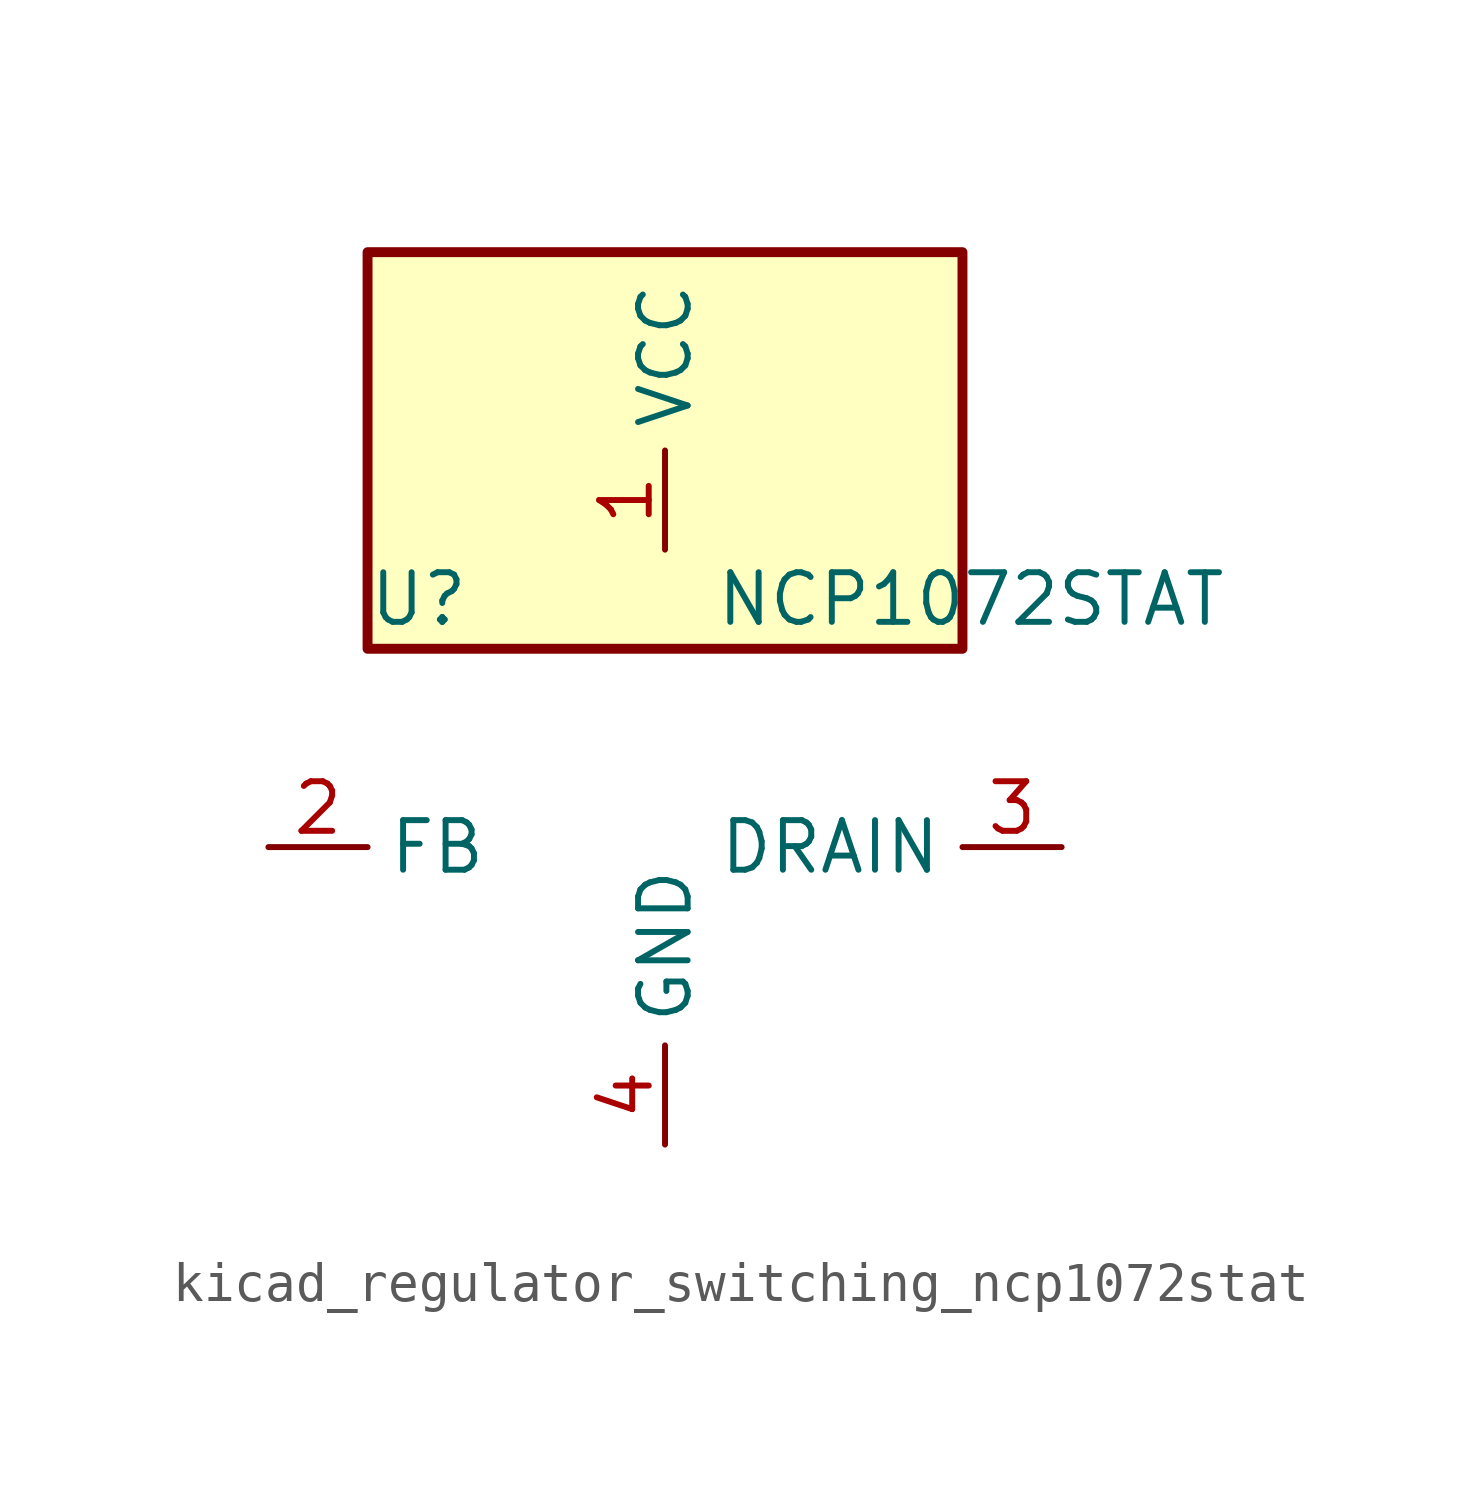
<source format=kicad_sym>
(kicad_symbol_lib
  (version 20220914)
  (generator kicad_symbol_editor)
  (symbol "kicad_regulator_switching_ncp1072stat"
    (property "Reference" "U"
      (at -7.62 6.35 0)
      (effects (font (size 1.27 1.27)) (justify left)))
    (property "Value" "NCP1072STAT"
      (at 1.27 6.35 0)
      (effects (font (size 1.27 1.27)) (justify left)))
    (symbol "kicad_regulator_switching_ncp1072stat_0_1"
      (rectangle (start 7.62 15.24) (end -7.62 5.08) (stroke (width 0.254) (type default)) (fill (type background))))
    (symbol "kicad_regulator_switching_ncp1072stat_1_1"
      (pin power_in line (at 0 7.62 90) (length 2.54) (name "VCC" (effects (font (size 1.27 1.27)))) (number "1" (effects (font (size 1.27 1.27)))))
      (pin input line (at -10.16 0 0) (length 2.54) (name "FB" (effects (font (size 1.27 1.27)))) (number "2" (effects (font (size 1.27 1.27)))))
      (pin open_collector line (at 10.16 0 180) (length 2.54) (name "DRAIN" (effects (font (size 1.27 1.27)))) (number "3" (effects (font (size 1.27 1.27)))))
      (pin power_in line (at 0 -7.62 90) (length 2.54) (name "GND" (effects (font (size 1.27 1.27)))) (number "4" (effects (font (size 1.27 1.27))))))))
</source>
